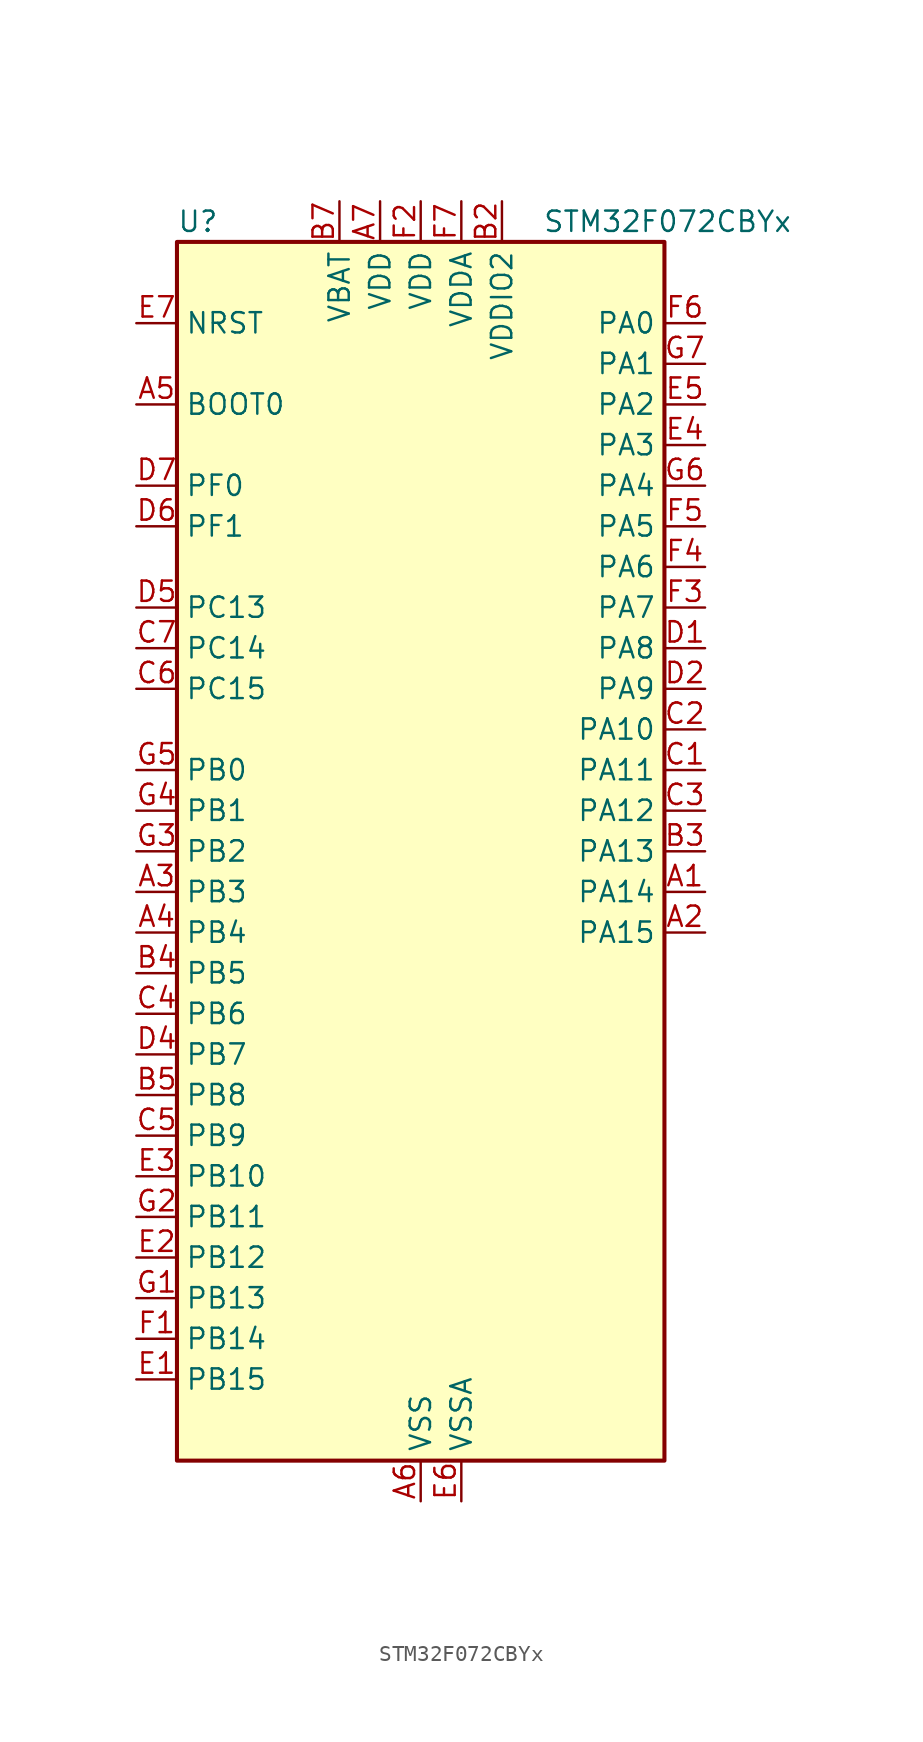
<source format=kicad_sym>
(kicad_symbol_lib
  (version 20241209)
  (generator "kicad_symbol_editor")
  (generator_version "9.0")
  (symbol "STM32F072CBYx"
    (property "Reference" "U"
      (at -15.24 39.37 0)
      (effects (font (size 1.27 1.27)) (justify left)))
    (property "Value" "STM32F072CBYx"
      (at 7.62 39.37 0)
      (effects (font (size 1.27 1.27)) (justify left)))
    (symbol "STM32F072CBYx_0_1"
      (rectangle (start -15.24 -38.1) (end 15.24 38.1) (stroke (width 0.254) (type default)) (fill (type background))))
    (symbol "STM32F072CBYx_1_1"
      (pin input line (at -17.78 33.02 0) (length 2.54) (name "NRST" (effects (font (size 1.27 1.27)))) (number "E7" (effects (font (size 1.27 1.27)))))
      (pin input line (at -17.78 27.94 0) (length 2.54) (name "BOOT0" (effects (font (size 1.27 1.27)))) (number "A5" (effects (font (size 1.27 1.27)))))
      (pin bidirectional line (at -17.78 22.86 0) (length 2.54) (name "PF0" (effects (font (size 1.27 1.27)))) (number "D7" (effects (font (size 1.27 1.27)))) (alternate "CRS_SYNC" bidirectional line) (alternate "RCC_OSC_IN" bidirectional line))
      (pin bidirectional line (at -17.78 20.32 0) (length 2.54) (name "PF1" (effects (font (size 1.27 1.27)))) (number "D6" (effects (font (size 1.27 1.27)))) (alternate "RCC_OSC_OUT" bidirectional line))
      (pin bidirectional line (at -17.78 15.24 0) (length 2.54) (name "PC13" (effects (font (size 1.27 1.27)))) (number "D5" (effects (font (size 1.27 1.27)))) (alternate "RTC_OUT_ALARM" bidirectional line) (alternate "RTC_OUT_CALIB" bidirectional line) (alternate "RTC_TAMP1" bidirectional line) (alternate "RTC_TS" bidirectional line) (alternate "SYS_WKUP2" bidirectional line))
      (pin bidirectional line (at -17.78 12.7 0) (length 2.54) (name "PC14" (effects (font (size 1.27 1.27)))) (number "C7" (effects (font (size 1.27 1.27)))) (alternate "RCC_OSC32_IN" bidirectional line))
      (pin bidirectional line (at -17.78 10.16 0) (length 2.54) (name "PC15" (effects (font (size 1.27 1.27)))) (number "C6" (effects (font (size 1.27 1.27)))) (alternate "RCC_OSC32_OUT" bidirectional line))
      (pin bidirectional line (at -17.78 5.08 0) (length 2.54) (name "PB0" (effects (font (size 1.27 1.27)))) (number "G5" (effects (font (size 1.27 1.27)))) (alternate "ADC_IN8" bidirectional line) (alternate "TIM1_CH2N" bidirectional line) (alternate "TIM3_CH3" bidirectional line) (alternate "TSC_G3_IO2" bidirectional line) (alternate "USART3_CK" bidirectional line))
      (pin bidirectional line (at -17.78 2.54 0) (length 2.54) (name "PB1" (effects (font (size 1.27 1.27)))) (number "G4" (effects (font (size 1.27 1.27)))) (alternate "ADC_IN9" bidirectional line) (alternate "TIM14_CH1" bidirectional line) (alternate "TIM1_CH3N" bidirectional line) (alternate "TIM3_CH4" bidirectional line) (alternate "TSC_G3_IO3" bidirectional line) (alternate "USART3_DE" bidirectional line) (alternate "USART3_RTS" bidirectional line))
      (pin bidirectional line (at -17.78 0 0) (length 2.54) (name "PB2" (effects (font (size 1.27 1.27)))) (number "G3" (effects (font (size 1.27 1.27)))) (alternate "TSC_G3_IO4" bidirectional line))
      (pin bidirectional line (at -17.78 -2.54 0) (length 2.54) (name "PB3" (effects (font (size 1.27 1.27)))) (number "A3" (effects (font (size 1.27 1.27)))) (alternate "I2S1_CK" bidirectional line) (alternate "SPI1_SCK" bidirectional line) (alternate "TIM2_CH2" bidirectional line) (alternate "TSC_G5_IO1" bidirectional line))
      (pin bidirectional line (at -17.78 -5.08 0) (length 2.54) (name "PB4" (effects (font (size 1.27 1.27)))) (number "A4" (effects (font (size 1.27 1.27)))) (alternate "I2S1_MCK" bidirectional line) (alternate "SPI1_MISO" bidirectional line) (alternate "TIM17_BKIN" bidirectional line) (alternate "TIM3_CH1" bidirectional line) (alternate "TSC_G5_IO2" bidirectional line))
      (pin bidirectional line (at -17.78 -7.62 0) (length 2.54) (name "PB5" (effects (font (size 1.27 1.27)))) (number "B4" (effects (font (size 1.27 1.27)))) (alternate "I2C1_SMBA" bidirectional line) (alternate "I2S1_SD" bidirectional line) (alternate "SPI1_MOSI" bidirectional line) (alternate "SYS_WKUP6" bidirectional line) (alternate "TIM16_BKIN" bidirectional line) (alternate "TIM3_CH2" bidirectional line))
      (pin bidirectional line (at -17.78 -10.16 0) (length 2.54) (name "PB6" (effects (font (size 1.27 1.27)))) (number "C4" (effects (font (size 1.27 1.27)))) (alternate "I2C1_SCL" bidirectional line) (alternate "TIM16_CH1N" bidirectional line) (alternate "TSC_G5_IO3" bidirectional line) (alternate "USART1_TX" bidirectional line))
      (pin bidirectional line (at -17.78 -12.7 0) (length 2.54) (name "PB7" (effects (font (size 1.27 1.27)))) (number "D4" (effects (font (size 1.27 1.27)))) (alternate "I2C1_SDA" bidirectional line) (alternate "TIM17_CH1N" bidirectional line) (alternate "TSC_G5_IO4" bidirectional line) (alternate "USART1_RX" bidirectional line) (alternate "USART4_CTS" bidirectional line))
      (pin bidirectional line (at -17.78 -15.24 0) (length 2.54) (name "PB8" (effects (font (size 1.27 1.27)))) (number "B5" (effects (font (size 1.27 1.27)))) (alternate "CAN_RX" bidirectional line) (alternate "CEC" bidirectional line) (alternate "I2C1_SCL" bidirectional line) (alternate "TIM16_CH1" bidirectional line) (alternate "TSC_SYNC" bidirectional line))
      (pin bidirectional line (at -17.78 -17.78 0) (length 2.54) (name "PB9" (effects (font (size 1.27 1.27)))) (number "C5" (effects (font (size 1.27 1.27)))) (alternate "CAN_TX" bidirectional line) (alternate "DAC_EXTI9" bidirectional line) (alternate "I2C1_SDA" bidirectional line) (alternate "I2S2_WS" bidirectional line) (alternate "IR_OUT" bidirectional line) (alternate "SPI2_NSS" bidirectional line) (alternate "TIM17_CH1" bidirectional line))
      (pin bidirectional line (at -17.78 -20.32 0) (length 2.54) (name "PB10" (effects (font (size 1.27 1.27)))) (number "E3" (effects (font (size 1.27 1.27)))) (alternate "CEC" bidirectional line) (alternate "I2C2_SCL" bidirectional line) (alternate "I2S2_CK" bidirectional line) (alternate "SPI2_SCK" bidirectional line) (alternate "TIM2_CH3" bidirectional line) (alternate "TSC_SYNC" bidirectional line) (alternate "USART3_TX" bidirectional line))
      (pin bidirectional line (at -17.78 -22.86 0) (length 2.54) (name "PB11" (effects (font (size 1.27 1.27)))) (number "G2" (effects (font (size 1.27 1.27)))) (alternate "I2C2_SDA" bidirectional line) (alternate "TIM2_CH4" bidirectional line) (alternate "TSC_G6_IO1" bidirectional line) (alternate "USART3_RX" bidirectional line))
      (pin bidirectional line (at -17.78 -25.4 0) (length 2.54) (name "PB12" (effects (font (size 1.27 1.27)))) (number "E2" (effects (font (size 1.27 1.27)))) (alternate "I2S2_WS" bidirectional line) (alternate "SPI2_NSS" bidirectional line) (alternate "TIM15_BKIN" bidirectional line) (alternate "TIM1_BKIN" bidirectional line) (alternate "TSC_G6_IO2" bidirectional line) (alternate "USART3_CK" bidirectional line))
      (pin bidirectional line (at -17.78 -27.94 0) (length 2.54) (name "PB13" (effects (font (size 1.27 1.27)))) (number "G1" (effects (font (size 1.27 1.27)))) (alternate "I2C2_SCL" bidirectional line) (alternate "I2S2_CK" bidirectional line) (alternate "SPI2_SCK" bidirectional line) (alternate "TIM1_CH1N" bidirectional line) (alternate "TSC_G6_IO3" bidirectional line) (alternate "USART3_CTS" bidirectional line))
      (pin bidirectional line (at -17.78 -30.48 0) (length 2.54) (name "PB14" (effects (font (size 1.27 1.27)))) (number "F1" (effects (font (size 1.27 1.27)))) (alternate "I2C2_SDA" bidirectional line) (alternate "I2S2_MCK" bidirectional line) (alternate "SPI2_MISO" bidirectional line) (alternate "TIM15_CH1" bidirectional line) (alternate "TIM1_CH2N" bidirectional line) (alternate "TSC_G6_IO4" bidirectional line) (alternate "USART3_DE" bidirectional line) (alternate "USART3_RTS" bidirectional line))
      (pin bidirectional line (at -17.78 -33.02 0) (length 2.54) (name "PB15" (effects (font (size 1.27 1.27)))) (number "E1" (effects (font (size 1.27 1.27)))) (alternate "I2S2_SD" bidirectional line) (alternate "RTC_REFIN" bidirectional line) (alternate "SPI2_MOSI" bidirectional line) (alternate "SYS_WKUP7" bidirectional line) (alternate "TIM15_CH1N" bidirectional line) (alternate "TIM15_CH2" bidirectional line) (alternate "TIM1_CH3N" bidirectional line))
      (pin no_connect line (at -15.24 -38.1 0) (length 2.54) (hide yes) (name "NC" (effects (font (size 1.27 1.27)))) (number "B6" (effects (font (size 1.27 1.27)))))
      (pin power_in line (at -5.08 40.64 270) (length 2.54) (name "VBAT" (effects (font (size 1.27 1.27)))) (number "B7" (effects (font (size 1.27 1.27)))))
      (pin power_in line (at -2.54 40.64 270) (length 2.54) (name "VDD" (effects (font (size 1.27 1.27)))) (number "A7" (effects (font (size 1.27 1.27)))))
      (pin power_in line (at 0 40.64 270) (length 2.54) (name "VDD" (effects (font (size 1.27 1.27)))) (number "F2" (effects (font (size 1.27 1.27)))))
      (pin power_in line (at 0 -40.64 90) (length 2.54) (name "VSS" (effects (font (size 1.27 1.27)))) (number "A6" (effects (font (size 1.27 1.27)))))
      (pin passive line (at 0 -40.64 90) (length 2.54) (hide yes) (name "VSS" (effects (font (size 1.27 1.27)))) (number "B1" (effects (font (size 1.27 1.27)))))
      (pin passive line (at 0 -40.64 90) (length 2.54) (hide yes) (name "VSS" (effects (font (size 1.27 1.27)))) (number "D3" (effects (font (size 1.27 1.27)))))
      (pin power_in line (at 2.54 40.64 270) (length 2.54) (name "VDDA" (effects (font (size 1.27 1.27)))) (number "F7" (effects (font (size 1.27 1.27)))))
      (pin power_in line (at 2.54 -40.64 90) (length 2.54) (name "VSSA" (effects (font (size 1.27 1.27)))) (number "E6" (effects (font (size 1.27 1.27)))))
      (pin power_in line (at 5.08 40.64 270) (length 2.54) (name "VDDIO2" (effects (font (size 1.27 1.27)))) (number "B2" (effects (font (size 1.27 1.27)))))
      (pin bidirectional line (at 17.78 33.02 180) (length 2.54) (name "PA0" (effects (font (size 1.27 1.27)))) (number "F6" (effects (font (size 1.27 1.27)))) (alternate "ADC_IN0" bidirectional line) (alternate "COMP1_INM" bidirectional line) (alternate "COMP1_OUT" bidirectional line) (alternate "RTC_TAMP2" bidirectional line) (alternate "SYS_WKUP1" bidirectional line) (alternate "TIM2_CH1" bidirectional line) (alternate "TIM2_ETR" bidirectional line) (alternate "TSC_G1_IO1" bidirectional line) (alternate "USART2_CTS" bidirectional line) (alternate "USART4_TX" bidirectional line))
      (pin bidirectional line (at 17.78 30.48 180) (length 2.54) (name "PA1" (effects (font (size 1.27 1.27)))) (number "G7" (effects (font (size 1.27 1.27)))) (alternate "ADC_IN1" bidirectional line) (alternate "COMP1_INP" bidirectional line) (alternate "TIM15_CH1N" bidirectional line) (alternate "TIM2_CH2" bidirectional line) (alternate "TSC_G1_IO2" bidirectional line) (alternate "USART2_DE" bidirectional line) (alternate "USART2_RTS" bidirectional line) (alternate "USART4_RX" bidirectional line))
      (pin bidirectional line (at 17.78 27.94 180) (length 2.54) (name "PA2" (effects (font (size 1.27 1.27)))) (number "E5" (effects (font (size 1.27 1.27)))) (alternate "ADC_IN2" bidirectional line) (alternate "COMP2_INM" bidirectional line) (alternate "COMP2_OUT" bidirectional line) (alternate "SYS_WKUP4" bidirectional line) (alternate "TIM15_CH1" bidirectional line) (alternate "TIM2_CH3" bidirectional line) (alternate "TSC_G1_IO3" bidirectional line) (alternate "USART2_TX" bidirectional line))
      (pin bidirectional line (at 17.78 25.4 180) (length 2.54) (name "PA3" (effects (font (size 1.27 1.27)))) (number "E4" (effects (font (size 1.27 1.27)))) (alternate "ADC_IN3" bidirectional line) (alternate "COMP2_INP" bidirectional line) (alternate "TIM15_CH2" bidirectional line) (alternate "TIM2_CH4" bidirectional line) (alternate "TSC_G1_IO4" bidirectional line) (alternate "USART2_RX" bidirectional line))
      (pin bidirectional line (at 17.78 22.86 180) (length 2.54) (name "PA4" (effects (font (size 1.27 1.27)))) (number "G6" (effects (font (size 1.27 1.27)))) (alternate "ADC_IN4" bidirectional line) (alternate "COMP1_INM" bidirectional line) (alternate "COMP2_INM" bidirectional line) (alternate "DAC_OUT1" bidirectional line) (alternate "I2S1_WS" bidirectional line) (alternate "SPI1_NSS" bidirectional line) (alternate "TIM14_CH1" bidirectional line) (alternate "TSC_G2_IO1" bidirectional line) (alternate "USART2_CK" bidirectional line))
      (pin bidirectional line (at 17.78 20.32 180) (length 2.54) (name "PA5" (effects (font (size 1.27 1.27)))) (number "F5" (effects (font (size 1.27 1.27)))) (alternate "ADC_IN5" bidirectional line) (alternate "CEC" bidirectional line) (alternate "COMP1_INM" bidirectional line) (alternate "COMP2_INM" bidirectional line) (alternate "DAC_OUT2" bidirectional line) (alternate "I2S1_CK" bidirectional line) (alternate "SPI1_SCK" bidirectional line) (alternate "TIM2_CH1" bidirectional line) (alternate "TIM2_ETR" bidirectional line) (alternate "TSC_G2_IO2" bidirectional line))
      (pin bidirectional line (at 17.78 17.78 180) (length 2.54) (name "PA6" (effects (font (size 1.27 1.27)))) (number "F4" (effects (font (size 1.27 1.27)))) (alternate "ADC_IN6" bidirectional line) (alternate "COMP1_OUT" bidirectional line) (alternate "I2S1_MCK" bidirectional line) (alternate "SPI1_MISO" bidirectional line) (alternate "TIM16_CH1" bidirectional line) (alternate "TIM1_BKIN" bidirectional line) (alternate "TIM3_CH1" bidirectional line) (alternate "TSC_G2_IO3" bidirectional line) (alternate "USART3_CTS" bidirectional line))
      (pin bidirectional line (at 17.78 15.24 180) (length 2.54) (name "PA7" (effects (font (size 1.27 1.27)))) (number "F3" (effects (font (size 1.27 1.27)))) (alternate "ADC_IN7" bidirectional line) (alternate "COMP2_OUT" bidirectional line) (alternate "I2S1_SD" bidirectional line) (alternate "SPI1_MOSI" bidirectional line) (alternate "TIM14_CH1" bidirectional line) (alternate "TIM17_CH1" bidirectional line) (alternate "TIM1_CH1N" bidirectional line) (alternate "TIM3_CH2" bidirectional line) (alternate "TSC_G2_IO4" bidirectional line))
      (pin bidirectional line (at 17.78 12.7 180) (length 2.54) (name "PA8" (effects (font (size 1.27 1.27)))) (number "D1" (effects (font (size 1.27 1.27)))) (alternate "CRS_SYNC" bidirectional line) (alternate "RCC_MCO" bidirectional line) (alternate "TIM1_CH1" bidirectional line) (alternate "USART1_CK" bidirectional line))
      (pin bidirectional line (at 17.78 10.16 180) (length 2.54) (name "PA9" (effects (font (size 1.27 1.27)))) (number "D2" (effects (font (size 1.27 1.27)))) (alternate "DAC_EXTI9" bidirectional line) (alternate "TIM15_BKIN" bidirectional line) (alternate "TIM1_CH2" bidirectional line) (alternate "TSC_G4_IO1" bidirectional line) (alternate "USART1_TX" bidirectional line))
      (pin bidirectional line (at 17.78 7.62 180) (length 2.54) (name "PA10" (effects (font (size 1.27 1.27)))) (number "C2" (effects (font (size 1.27 1.27)))) (alternate "TIM17_BKIN" bidirectional line) (alternate "TIM1_CH3" bidirectional line) (alternate "TSC_G4_IO2" bidirectional line) (alternate "USART1_RX" bidirectional line))
      (pin bidirectional line (at 17.78 5.08 180) (length 2.54) (name "PA11" (effects (font (size 1.27 1.27)))) (number "C1" (effects (font (size 1.27 1.27)))) (alternate "CAN_RX" bidirectional line) (alternate "COMP1_OUT" bidirectional line) (alternate "TIM1_CH4" bidirectional line) (alternate "TSC_G4_IO3" bidirectional line) (alternate "USART1_CTS" bidirectional line) (alternate "USB_DM" bidirectional line))
      (pin bidirectional line (at 17.78 2.54 180) (length 2.54) (name "PA12" (effects (font (size 1.27 1.27)))) (number "C3" (effects (font (size 1.27 1.27)))) (alternate "CAN_TX" bidirectional line) (alternate "COMP2_OUT" bidirectional line) (alternate "TIM1_ETR" bidirectional line) (alternate "TSC_G4_IO4" bidirectional line) (alternate "USART1_DE" bidirectional line) (alternate "USART1_RTS" bidirectional line) (alternate "USB_DP" bidirectional line))
      (pin bidirectional line (at 17.78 0 180) (length 2.54) (name "PA13" (effects (font (size 1.27 1.27)))) (number "B3" (effects (font (size 1.27 1.27)))) (alternate "IR_OUT" bidirectional line) (alternate "SYS_SWDIO" bidirectional line) (alternate "USB_NOE" bidirectional line))
      (pin bidirectional line (at 17.78 -2.54 180) (length 2.54) (name "PA14" (effects (font (size 1.27 1.27)))) (number "A1" (effects (font (size 1.27 1.27)))) (alternate "SYS_SWCLK" bidirectional line) (alternate "USART2_TX" bidirectional line))
      (pin bidirectional line (at 17.78 -5.08 180) (length 2.54) (name "PA15" (effects (font (size 1.27 1.27)))) (number "A2" (effects (font (size 1.27 1.27)))) (alternate "I2S1_WS" bidirectional line) (alternate "SPI1_NSS" bidirectional line) (alternate "TIM2_CH1" bidirectional line) (alternate "TIM2_ETR" bidirectional line) (alternate "USART2_RX" bidirectional line) (alternate "USART4_DE" bidirectional line) (alternate "USART4_RTS" bidirectional line)))))
</source>
